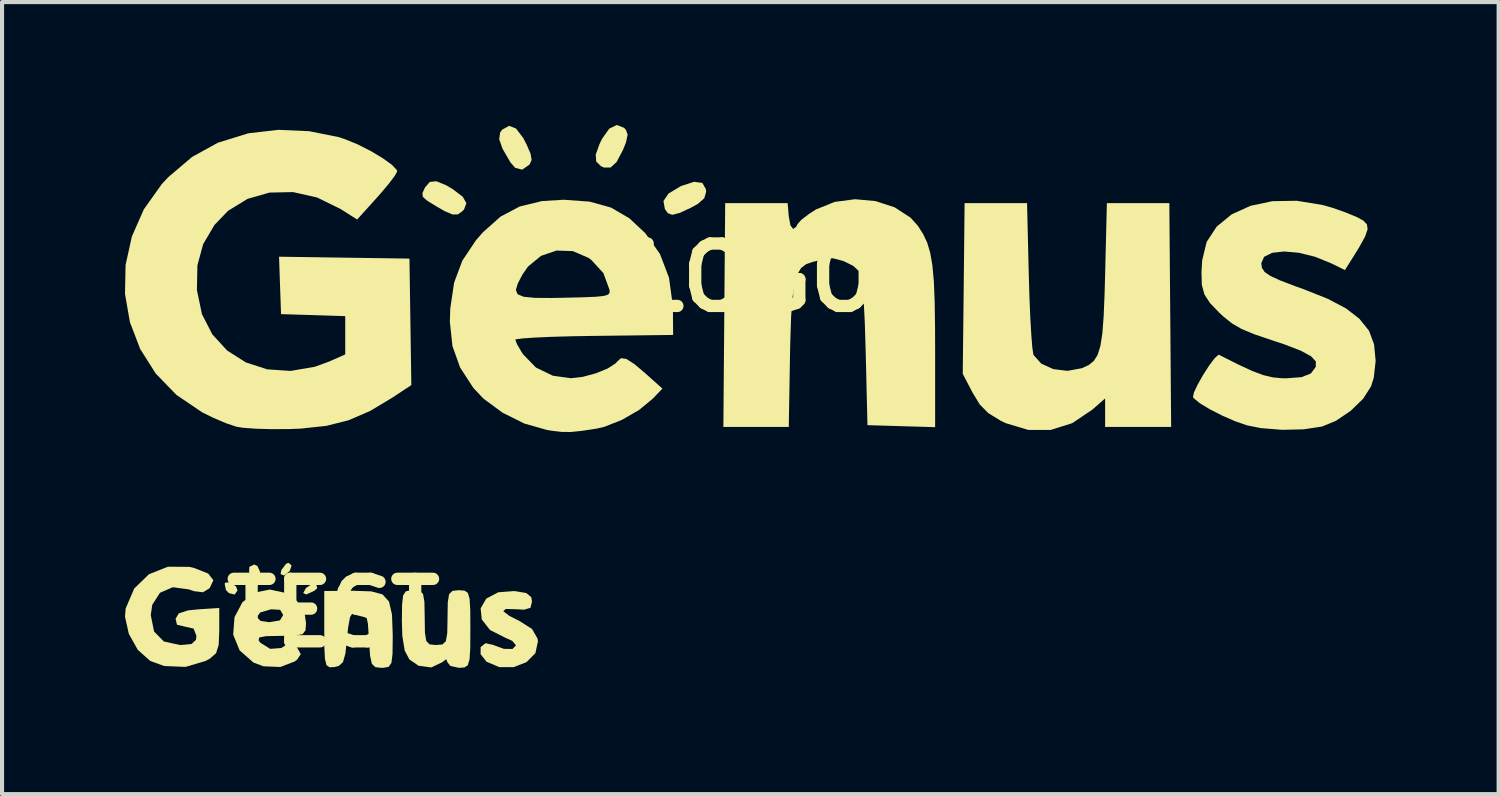
<source format=kicad_pcb>
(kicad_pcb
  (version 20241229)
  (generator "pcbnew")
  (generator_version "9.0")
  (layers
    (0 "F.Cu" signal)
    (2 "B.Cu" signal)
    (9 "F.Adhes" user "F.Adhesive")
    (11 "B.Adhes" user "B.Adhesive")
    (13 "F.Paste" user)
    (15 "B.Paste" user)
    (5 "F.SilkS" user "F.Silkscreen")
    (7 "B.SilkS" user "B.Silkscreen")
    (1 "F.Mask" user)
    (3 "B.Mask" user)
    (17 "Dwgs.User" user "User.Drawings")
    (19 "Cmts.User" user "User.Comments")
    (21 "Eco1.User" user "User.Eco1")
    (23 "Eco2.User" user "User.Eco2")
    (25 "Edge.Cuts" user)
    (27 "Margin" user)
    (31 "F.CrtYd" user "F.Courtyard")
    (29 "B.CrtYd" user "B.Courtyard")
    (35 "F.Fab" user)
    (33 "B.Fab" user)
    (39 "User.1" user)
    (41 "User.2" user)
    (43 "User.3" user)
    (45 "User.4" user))
  (footprint "TEST"
    (layer "F.Cu")
    (at 5.085 11.909)
    (property "Reference" "TEST" (at 0 0 0) (layer "F.SilkS") (effects (font (size 1.524 1.524) (thickness 0.3))))
    (attr board_only exclude_from_pos_files exclude_from_bom)
    (fp_poly (pts (xy -0.421 -0.709) (xy -0.394 -0.606) (xy -0.462 -0.545) (xy -0.662 -0.453) (xy -0.736 -0.488) (xy -0.669 -0.611) (xy -0.507 -0.719)) (stroke (width 0) (type solid)) (fill yes) (layer "F.SilkS"))
    (fp_poly (pts (xy -2.373 -0.645) (xy -2.339 -0.55) (xy -2.41 -0.452) (xy -2.551 -0.487) (xy -2.623 -0.564) (xy -2.653 -0.714) (xy -2.637 -0.743) (xy -2.506 -0.751)) (stroke (width 0) (type solid)) (fill yes) (layer "F.SilkS"))
    (fp_poly (pts (xy -1.854 -1.148) (xy -1.785 -0.995) (xy -1.856 -0.895) (xy -1.887 -0.891) (xy -2.039 -0.972) (xy -2.056 -0.995) (xy -2.051 -1.127) (xy -1.933 -1.185)) (stroke (width 0) (type solid)) (fill yes) (layer "F.SilkS"))
    (fp_poly (pts (xy -1.02 -1.16) (xy -1.065 -1.027) (xy -1.195 -0.92) (xy -1.205 -0.917) (xy -1.289 -0.952) (xy -1.269 -1.049) (xy -1.155 -1.202) (xy -1.093 -1.225)) (stroke (width 0) (type solid)) (fill yes) (layer "F.SilkS"))
    (fp_poly (pts (xy 4.706 -0.489) (xy 4.829 -0.387) (xy 4.846 -0.279) (xy 4.808 -0.127) (xy 4.651 -0.082) (xy 4.484 -0.092) (xy 4.208 -0.1) (xy 4.145 -0.046) (xy 4.295 0.07) (xy 4.54 0.194) (xy 4.847 0.388) (xy 4.98 0.62) (xy 4.992 0.686) (xy 4.93 0.978) (xy 4.712 1.198) (xy 4.397 1.32) (xy 4.047 1.32) (xy 3.735 1.186) (xy 3.592 1.003) (xy 3.593 0.83) (xy 3.713 0.736) (xy 3.89 0.775) (xy 4.158 0.873) (xy 4.371 0.877) (xy 4.456 0.787) (xy 4.363 0.678) (xy 4.205 0.607) (xy 3.822 0.414) (xy 3.621 0.157) (xy 3.593 -0.114) (xy 3.73 -0.352) (xy 4.023 -0.507) (xy 4.417 -0.537)) (stroke (width 0) (type solid)) (fill yes) (layer "F.SilkS"))
    (fp_poly (pts (xy 0.925 -0.529) (xy 1.2 -0.454) (xy 1.358 -0.279) (xy 1.43 0.036) (xy 1.448 0.529) (xy 1.448 0.605) (xy 1.443 0.997) (xy 1.416 1.216) (xy 1.348 1.313) (xy 1.22 1.336) (xy 1.175 1.337) (xy 1.025 1.321) (xy 0.939 1.239) (xy 0.895 1.041) (xy 0.87 0.674) (xy 0.869 0.641) (xy 0.842 0.257) (xy 0.796 0.046) (xy 0.713 -0.042) (xy 0.613 -0.056) (xy 0.485 -0.026) (xy 0.407 0.097) (xy 0.358 0.362) (xy 0.334 0.613) (xy 0.293 0.989) (xy 0.234 1.197) (xy 0.133 1.291) (xy 0.028 1.317) (xy -0.094 1.323) (xy -0.168 1.271) (xy -0.206 1.12) (xy -0.221 0.825) (xy -0.223 0.407) (xy -0.223 -0.538) (xy 0.5 -0.543)) (stroke (width 0) (type solid)) (fill yes) (layer "F.SilkS"))
    (fp_poly (pts (xy -1.189 -0.496) (xy -0.886 -0.291) (xy -0.7 0.024) (xy -0.668 0.244) (xy -0.68 0.421) (xy -0.751 0.515) (xy -0.936 0.551) (xy -1.288 0.557) (xy -1.295 0.557) (xy -1.644 0.564) (xy -1.808 0.595) (xy -1.826 0.662) (xy -1.782 0.724) (xy -1.541 0.874) (xy -1.269 0.853) (xy -1.154 0.775) (xy -1.007 0.739) (xy -0.885 0.843) (xy -0.796 1.003) (xy -0.884 1.135) (xy -0.945 1.182) (xy -1.296 1.316) (xy -1.707 1.299) (xy -1.95 1.208) (xy -2.287 0.913) (xy -2.445 0.527) (xy -2.413 0.102) (xy -2.411 0.097) (xy -1.869 0.097) (xy -1.776 0.193) (xy -1.569 0.223) (xy -1.304 0.179) (xy -1.225 0.048) (xy -1.299 -0.079) (xy -1.523 -0.091) (xy -1.783 -0.015) (xy -1.869 0.097) (xy -2.411 0.097) (xy -2.22 -0.263) (xy -1.914 -0.502) (xy -1.551 -0.573)) (stroke (width 0) (type solid)) (fill yes) (layer "F.SilkS"))
    (fp_poly (pts (xy -3.51 -1.127) (xy -3.402 -1.101) (xy -3.055 -0.964) (xy -2.928 -0.802) (xy -3.016 -0.613) (xy -3.026 -0.603) (xy -3.183 -0.507) (xy -3.403 -0.534) (xy -3.529 -0.578) (xy -3.919 -0.63) (xy -4.231 -0.495) (xy -4.42 -0.202) (xy -4.456 0.05) (xy -4.376 0.45) (xy -4.137 0.694) (xy -3.741 0.78) (xy -3.724 0.78) (xy -3.459 0.754) (xy -3.353 0.653) (xy -3.342 0.557) (xy -3.41 0.38) (xy -3.611 0.334) (xy -3.816 0.285) (xy -3.851 0.139) (xy -3.772 0.008) (xy -3.552 -0.064) (xy -3.304 -0.09) (xy -2.785 -0.124) (xy -2.785 0.437) (xy -2.799 0.781) (xy -2.863 0.98) (xy -3.011 1.11) (xy -3.114 1.167) (xy -3.608 1.314) (xy -4.13 1.292) (xy -4.469 1.169) (xy -4.772 0.899) (xy -4.992 0.507) (xy -5.085 0.087) (xy -5.069 -0.111) (xy -4.86 -0.598) (xy -4.501 -0.947) (xy -4.037 -1.131)) (stroke (width 0) (type solid)) (fill yes) (layer "F.SilkS"))
    (fp_poly (pts (xy 3.198 -0.548) (xy 3.281 -0.493) (xy 3.324 -0.346) (xy 3.34 -0.065) (xy 3.342 0.39) (xy 3.34 0.848) (xy 3.323 1.128) (xy 3.28 1.274) (xy 3.197 1.328) (xy 3.064 1.337) (xy 2.854 1.291) (xy 2.785 1.203) (xy 2.752 1.126) (xy 2.651 1.203) (xy 2.389 1.327) (xy 2.08 1.287) (xy 1.855 1.133) (xy 1.74 0.916) (xy 1.682 0.558) (xy 1.671 0.186) (xy 1.676 -0.209) (xy 1.702 -0.432) (xy 1.768 -0.531) (xy 1.894 -0.556) (xy 1.95 -0.557) (xy 2.104 -0.543) (xy 2.187 -0.466) (xy 2.221 -0.273) (xy 2.228 0.088) (xy 2.228 0.111) (xy 2.234 0.482) (xy 2.266 0.682) (xy 2.347 0.764) (xy 2.497 0.78) (xy 2.507 0.78) (xy 2.661 0.766) (xy 2.744 0.688) (xy 2.778 0.495) (xy 2.785 0.135) (xy 2.785 0.111) (xy 2.791 -0.259) (xy 2.823 -0.459) (xy 2.904 -0.541) (xy 3.054 -0.557) (xy 3.064 -0.557)) (stroke (width 0) (type solid)) (fill yes) (layer "F.SilkS")))
  (footprint "LOGO"
    (layer "F.Cu")
    (at 15.365 3.726)
    (property "Reference" "LOGO" (at 0 0 0) (layer "F.SilkS") (effects (font (size 1.524 1.524) (thickness 0.3))))
    (attr board_only exclude_from_pos_files exclude_from_bom)
    (fp_poly (pts (xy -5.823 -3.639) (xy -5.648 -3.409) (xy -5.574 -3.267) (xy -5.468 -3.025) (xy -5.443 -2.874) (xy -5.492 -2.765) (xy -5.499 -2.757) (xy -5.673 -2.636) (xy -5.845 -2.682) (xy -5.961 -2.815) (xy -6.152 -3.145) (xy -6.234 -3.379) (xy -6.211 -3.545) (xy -6.16 -3.613) (xy -5.991 -3.706)) (stroke (width 0) (type solid)) (fill yes) (layer "F.SilkS"))
    (fp_poly (pts (xy -3.189 -3.658) (xy -3.143 -3.61) (xy -3.1 -3.492) (xy -3.14 -3.302) (xy -3.217 -3.111) (xy -3.369 -2.824) (xy -3.514 -2.689) (xy -3.676 -2.687) (xy -3.752 -2.722) (xy -3.866 -2.833) (xy -3.879 -3.001) (xy -3.788 -3.258) (xy -3.724 -3.39) (xy -3.55 -3.635) (xy -3.366 -3.726)) (stroke (width 0) (type solid)) (fill yes) (layer "F.SilkS"))
    (fp_poly (pts (xy -1.278 -2.313) (xy -1.19 -2.159) (xy -1.185 -2.092) (xy -1.23 -1.939) (xy -1.386 -1.801) (xy -1.554 -1.708) (xy -1.835 -1.579) (xy -2.011 -1.534) (xy -2.12 -1.574) (xy -2.191 -1.674) (xy -2.226 -1.871) (xy -2.104 -2.052) (xy -1.818 -2.225) (xy -1.787 -2.24) (xy -1.478 -2.34)) (stroke (width 0) (type solid)) (fill yes) (layer "F.SilkS"))
    (fp_poly (pts (xy -7.528 -2.255) (xy -7.364 -2.158) (xy -7.123 -1.975) (xy -7.035 -1.818) (xy -7.092 -1.666) (xy -7.129 -1.626) (xy -7.24 -1.545) (xy -7.371 -1.542) (xy -7.564 -1.624) (xy -7.768 -1.741) (xy -7.993 -1.88) (xy -8.098 -1.974) (xy -8.108 -2.064) (xy -8.047 -2.195) (xy -8.04 -2.207) (xy -7.927 -2.337) (xy -7.766 -2.353)) (stroke (width 0) (type solid)) (fill yes) (layer "F.SilkS"))
    (fp_poly (pts (xy 6.689 -0.042) (xy 6.705 0.497) (xy 6.726 0.986) (xy 6.75 1.396) (xy 6.774 1.699) (xy 6.799 1.868) (xy 6.805 1.887) (xy 6.994 2.098) (xy 7.287 2.231) (xy 7.633 2.273) (xy 7.98 2.209) (xy 7.991 2.205) (xy 8.151 2.131) (xy 8.275 2.031) (xy 8.368 1.884) (xy 8.435 1.669) (xy 8.483 1.363) (xy 8.515 0.946) (xy 8.538 0.396) (xy 8.551 -0.081) (xy 8.594 -1.82) (xy 10.118 -1.82) (xy 10.14 0.91) (xy 10.162 3.641) (xy 8.551 3.641) (xy 8.551 2.946) (xy 8.24 3.219) (xy 7.75 3.549) (xy 7.225 3.714) (xy 6.678 3.715) (xy 6.124 3.549) (xy 6.003 3.49) (xy 5.7 3.305) (xy 5.491 3.092) (xy 5.314 2.8) (xy 5.077 2.346) (xy 5.1 0.263) (xy 5.122 -1.82) (xy 6.646 -1.82)) (stroke (width 0) (type solid)) (fill yes) (layer "F.SilkS"))
    (fp_poly (pts (xy 2.95 -1.869) (xy 3.415 -1.717) (xy 3.801 -1.467) (xy 3.982 -1.266) (xy 4.109 -1.067) (xy 4.209 -0.856) (xy 4.283 -0.608) (xy 4.336 -0.301) (xy 4.372 0.09) (xy 4.392 0.588) (xy 4.401 1.216) (xy 4.403 1.71) (xy 4.403 3.647) (xy 3.577 3.623) (xy 2.752 3.598) (xy 2.709 1.82) (xy 2.687 1.102) (xy 2.659 0.548) (xy 2.625 0.154) (xy 2.584 -0.083) (xy 2.56 -0.144) (xy 2.406 -0.288) (xy 2.162 -0.408) (xy 1.907 -0.474) (xy 1.751 -0.468) (xy 1.597 -0.428) (xy 1.42 -0.387) (xy 1.259 -0.333) (xy 1.134 -0.238) (xy 1.039 -0.082) (xy 0.97 0.156) (xy 0.921 0.493) (xy 0.889 0.95) (xy 0.869 1.547) (xy 0.861 1.926) (xy 0.832 3.641) (xy -0.764 3.641) (xy -0.742 0.91) (xy -0.72 -1.82) (xy 0.804 -1.82) (xy 0.831 -1.503) (xy 0.872 -1.277) (xy 0.94 -1.188) (xy 1.018 -1.248) (xy 1.044 -1.306) (xy 1.139 -1.413) (xy 1.334 -1.562) (xy 1.498 -1.666) (xy 1.951 -1.849) (xy 2.449 -1.915)) (stroke (width 0) (type solid)) (fill yes) (layer "F.SilkS"))
    (fp_poly (pts (xy -10.874 -3.575) (xy -10.162 -3.433) (xy -10.004 -3.382) (xy -9.692 -3.255) (xy -9.372 -3.093) (xy -9.081 -2.919) (xy -8.856 -2.758) (xy -8.735 -2.631) (xy -8.723 -2.595) (xy -8.778 -2.491) (xy -8.922 -2.3) (xy -9.128 -2.055) (xy -9.213 -1.959) (xy -9.7 -1.42) (xy -10.105 -1.676) (xy -10.678 -1.957) (xy -11.264 -2.089) (xy -11.837 -2.077) (xy -12.374 -1.924) (xy -12.85 -1.632) (xy -13.181 -1.288) (xy -13.458 -0.818) (xy -13.598 -0.302) (xy -13.61 0.297) (xy -13.608 0.314) (xy -13.487 0.891) (xy -13.234 1.383) (xy -12.87 1.779) (xy -12.417 2.067) (xy -11.896 2.236) (xy -11.326 2.275) (xy -10.731 2.173) (xy -10.383 2.046) (xy -9.991 1.872) (xy -9.991 0.938) (xy -10.774 0.913) (xy -11.557 0.889) (xy -11.582 0.189) (xy -11.606 -0.512) (xy -10.015 -0.489) (xy -8.424 -0.466) (xy -8.401 1.077) (xy -8.378 2.62) (xy -8.825 2.916) (xy -9.382 3.251) (xy -9.907 3.478) (xy -10.455 3.616) (xy -11.087 3.683) (xy -11.345 3.693) (xy -11.771 3.696) (xy -12.168 3.685) (xy -12.486 3.662) (xy -12.648 3.636) (xy -12.9 3.551) (xy -13.221 3.414) (xy -13.48 3.286) (xy -14.108 2.862) (xy -14.614 2.34) (xy -14.994 1.741) (xy -15.245 1.085) (xy -15.365 0.395) (xy -15.351 -0.308) (xy -15.198 -1.003) (xy -14.905 -1.669) (xy -14.468 -2.283) (xy -14.309 -2.453) (xy -13.728 -2.947) (xy -13.097 -3.294) (xy -12.373 -3.518) (xy -12.342 -3.525) (xy -11.625 -3.608)) (stroke (width 0) (type solid)) (fill yes) (layer "F.SilkS"))
    (fp_poly (pts (xy -4.027 -1.856) (xy -3.506 -1.711) (xy -3.057 -1.449) (xy -2.67 -1.087) (xy -2.312 -0.58) (xy -2.091 -0.002) (xy -1.999 0.67) (xy -1.995 0.804) (xy -1.99 1.397) (xy -3.916 1.42) (xy -4.467 1.429) (xy -4.956 1.443) (xy -5.36 1.461) (xy -5.655 1.481) (xy -5.818 1.502) (xy -5.842 1.513) (xy -5.799 1.622) (xy -5.691 1.809) (xy -5.65 1.871) (xy -5.337 2.193) (xy -4.925 2.392) (xy -4.487 2.453) (xy -4.194 2.419) (xy -3.875 2.333) (xy -3.588 2.216) (xy -3.39 2.088) (xy -3.35 2.041) (xy -3.261 1.963) (xy -3.129 1.983) (xy -2.932 2.11) (xy -2.671 2.331) (xy -2.252 2.706) (xy -2.487 2.952) (xy -2.82 3.227) (xy -3.239 3.469) (xy -3.666 3.638) (xy -3.852 3.682) (xy -4.223 3.738) (xy -4.489 3.765) (xy -4.71 3.763) (xy -4.949 3.735) (xy -5.07 3.715) (xy -5.618 3.56) (xy -6.153 3.294) (xy -6.618 2.951) (xy -6.863 2.692) (xy -7.188 2.192) (xy -7.375 1.668) (xy -7.438 1.075) (xy -7.428 0.75) (xy -7.361 0.3) (xy -5.827 0.3) (xy -5.785 0.404) (xy -5.638 0.465) (xy -5.369 0.492) (xy -4.958 0.495) (xy -4.637 0.489) (xy -4.183 0.478) (xy -3.872 0.465) (xy -3.679 0.445) (xy -3.576 0.413) (xy -3.54 0.365) (xy -3.542 0.297) (xy -3.542 0.296) (xy -3.691 -0.111) (xy -3.988 -0.435) (xy -4.055 -0.484) (xy -4.438 -0.649) (xy -4.836 -0.662) (xy -5.213 -0.533) (xy -5.531 -0.272) (xy -5.666 -0.078) (xy -5.781 0.143) (xy -5.827 0.3) (xy -7.361 0.3) (xy -7.334 0.119) (xy -7.133 -0.417) (xy -6.803 -0.911) (xy -6.626 -1.113) (xy -6.2 -1.491) (xy -5.733 -1.738) (xy -5.189 -1.87) (xy -4.657 -1.902)) (stroke (width 0) (type solid)) (fill yes) (layer "F.SilkS"))
    (fp_poly (pts (xy 13.857 -1.774) (xy 14.112 -1.701) (xy 14.425 -1.59) (xy 14.691 -1.48) (xy 14.852 -1.393) (xy 14.939 -1.302) (xy 14.956 -1.185) (xy 14.897 -1.009) (xy 14.753 -0.747) (xy 14.613 -0.521) (xy 14.402 -0.186) (xy 14.074 -0.348) (xy 13.673 -0.511) (xy 13.278 -0.608) (xy 12.919 -0.64) (xy 12.626 -0.607) (xy 12.43 -0.509) (xy 12.361 -0.351) (xy 12.378 -0.237) (xy 12.443 -0.14) (xy 12.583 -0.043) (xy 12.822 0.067) (xy 13.186 0.206) (xy 13.406 0.285) (xy 13.99 0.518) (xy 14.431 0.751) (xy 14.754 1.001) (xy 14.983 1.285) (xy 14.993 1.301) (xy 15.114 1.628) (xy 15.152 2.032) (xy 15.106 2.442) (xy 15.039 2.654) (xy 14.845 2.956) (xy 14.541 3.25) (xy 14.184 3.492) (xy 13.843 3.632) (xy 13.393 3.7) (xy 12.868 3.712) (xy 12.349 3.67) (xy 12.014 3.603) (xy 11.727 3.504) (xy 11.411 3.366) (xy 11.107 3.211) (xy 10.86 3.062) (xy 10.714 2.942) (xy 10.695 2.912) (xy 10.718 2.802) (xy 10.809 2.608) (xy 10.941 2.375) (xy 11.087 2.147) (xy 11.221 1.968) (xy 11.314 1.883) (xy 11.33 1.882) (xy 11.789 2.113) (xy 12.136 2.274) (xy 12.406 2.376) (xy 12.633 2.431) (xy 12.854 2.453) (xy 12.969 2.455) (xy 13.341 2.427) (xy 13.561 2.342) (xy 13.583 2.322) (xy 13.691 2.176) (xy 13.693 2.044) (xy 13.576 1.917) (xy 13.327 1.782) (xy 12.933 1.63) (xy 12.605 1.521) (xy 12.185 1.378) (xy 11.881 1.251) (xy 11.647 1.116) (xy 11.435 0.946) (xy 11.331 0.849) (xy 11.109 0.617) (xy 10.975 0.411) (xy 10.911 0.178) (xy 10.902 -0.134) (xy 10.919 -0.423) (xy 11.028 -0.872) (xy 11.275 -1.248) (xy 11.638 -1.545) (xy 12.098 -1.754) (xy 12.634 -1.867) (xy 13.228 -1.877)) (stroke (width 0) (type solid)) (fill yes) (layer "F.SilkS")))
  (gr_rect
    (start -3 -3)
    (end 33.518 16.327)
    (stroke (width 0.1) (type default))
    (fill no)
    (layer "Edge.Cuts")))
</source>
